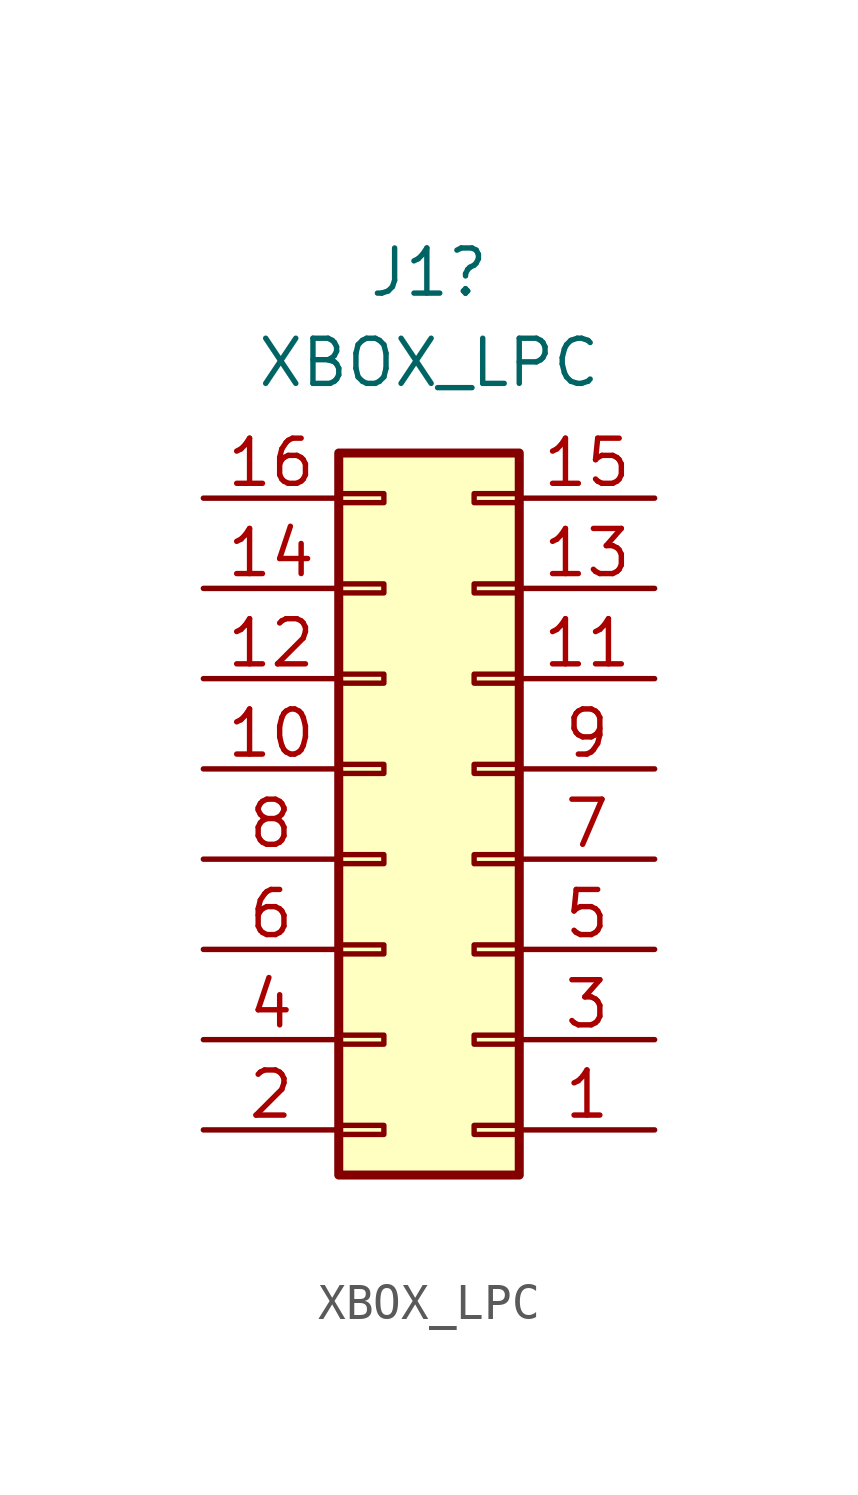
<source format=kicad_sym>
(kicad_symbol_lib
  (version 20231120)
  (generator "kicad_symbol_editor")
  (generator_version "8.0")
  (symbol "XBOX_LPC"
    (pin_names
      (offset 1.016) hide)
    (property "Reference" "J1"
      (at 0 15.24 0)
      (effects (font (size 1.27 1.27))))
    (property "Value" "XBOX_LPC"
      (at 0 12.7 0)
      (effects (font (size 1.27 1.27))))
    (symbol "XBOX_LPC_1_1"
      (rectangle (start -2.54 -9.017) (end -1.27 -8.763) (stroke (width 0.152) (type default)) (fill (type none)))
      (rectangle (start -2.54 -6.477) (end -1.27 -6.223) (stroke (width 0.152) (type default)) (fill (type none)))
      (rectangle (start -2.54 -3.937) (end -1.27 -3.683) (stroke (width 0.152) (type default)) (fill (type none)))
      (rectangle (start -2.54 -1.397) (end -1.27 -1.143) (stroke (width 0.152) (type default)) (fill (type none)))
      (rectangle (start -2.54 1.143) (end -1.27 1.397) (stroke (width 0.152) (type default)) (fill (type none)))
      (rectangle (start -2.54 3.683) (end -1.27 3.937) (stroke (width 0.152) (type default)) (fill (type none)))
      (rectangle (start -2.54 6.223) (end -1.27 6.477) (stroke (width 0.152) (type default)) (fill (type none)))
      (rectangle (start -2.54 8.763) (end -1.27 9.017) (stroke (width 0.152) (type default)) (fill (type none)))
      (rectangle (start -2.54 10.16) (end 2.54 -10.16) (stroke (width 0.254) (type default)) (fill (type background)))
      (rectangle (start 2.54 -9.017) (end 1.27 -8.763) (stroke (width 0.152) (type default)) (fill (type none)))
      (rectangle (start 2.54 -6.477) (end 1.27 -6.223) (stroke (width 0.152) (type default)) (fill (type none)))
      (rectangle (start 2.54 -3.937) (end 1.27 -3.683) (stroke (width 0.152) (type default)) (fill (type none)))
      (rectangle (start 2.54 -1.397) (end 1.27 -1.143) (stroke (width 0.152) (type default)) (fill (type none)))
      (rectangle (start 2.54 1.143) (end 1.27 1.397) (stroke (width 0.152) (type default)) (fill (type none)))
      (rectangle (start 2.54 3.683) (end 1.27 3.937) (stroke (width 0.152) (type default)) (fill (type none)))
      (rectangle (start 2.54 6.223) (end 1.27 6.477) (stroke (width 0.152) (type default)) (fill (type none)))
      (rectangle (start 2.54 8.763) (end 1.27 9.017) (stroke (width 0.152) (type default)) (fill (type none)))
      (pin passive line (at 6.35 -8.89 180) (length 3.81) (name "LCLK" (effects (font (size 1.27 1.27)))) (number "1" (effects (font (size 1.27 1.27)))))
      (pin passive line (at -6.35 1.27 0) (length 3.81) (name "LAD1" (effects (font (size 1.27 1.27)))) (number "10" (effects (font (size 1.27 1.27)))))
      (pin passive line (at 6.35 3.81 180) (length 3.81) (name "LAD0" (effects (font (size 1.27 1.27)))) (number "11" (effects (font (size 1.27 1.27)))))
      (pin passive line (at -6.35 3.81 0) (length 3.81) (name "GND" (effects (font (size 1.27 1.27)))) (number "12" (effects (font (size 1.27 1.27)))))
      (pin passive line (at 6.35 6.35 180) (length 3.81) (name "SCL" (effects (font (size 1.27 1.27)))) (number "13" (effects (font (size 1.27 1.27)))))
      (pin passive line (at -6.35 6.35 0) (length 3.81) (name "SDA" (effects (font (size 1.27 1.27)))) (number "14" (effects (font (size 1.27 1.27)))))
      (pin passive line (at 6.35 8.89 180) (length 3.81) (name "3.3V" (effects (font (size 1.27 1.27)))) (number "15" (effects (font (size 1.27 1.27)))))
      (pin passive line (at -6.35 8.89 0) (length 3.81) (name "SERIRQ_(v1.0)" (effects (font (size 1.27 1.27)))) (number "16" (effects (font (size 1.27 1.27)))))
      (pin power_out line (at -6.35 -8.89 0) (length 3.81) (name "GND" (effects (font (size 1.27 1.27)))) (number "2" (effects (font (size 1.27 1.27)))))
      (pin passive line (at 6.35 -6.35 180) (length 3.81) (name "LFRAME#" (effects (font (size 1.27 1.27)))) (number "3" (effects (font (size 1.27 1.27)))))
      (pin passive line (at -6.35 -6.35 0) (length 3.81) (name "PWR_(v1.6)" (effects (font (size 1.27 1.27)))) (number "4" (effects (font (size 1.27 1.27)))))
      (pin passive line (at 6.35 -3.81 180) (length 3.81) (name "LRESET#" (effects (font (size 1.27 1.27)))) (number "5" (effects (font (size 1.27 1.27)))))
      (pin power_out line (at -6.35 -3.81 0) (length 3.81) (name "5V" (effects (font (size 1.27 1.27)))) (number "6" (effects (font (size 1.27 1.27)))))
      (pin passive line (at 6.35 -1.27 180) (length 3.81) (name "LAD3" (effects (font (size 1.27 1.27)))) (number "7" (effects (font (size 1.27 1.27)))))
      (pin passive line (at -6.35 -1.27 0) (length 3.81) (name "LAD2" (effects (font (size 1.27 1.27)))) (number "8" (effects (font (size 1.27 1.27)))))
      (pin passive line (at 6.35 1.27 180) (length 3.81) (name "3.3V" (effects (font (size 1.27 1.27)))) (number "9" (effects (font (size 1.27 1.27))))))))
</source>
